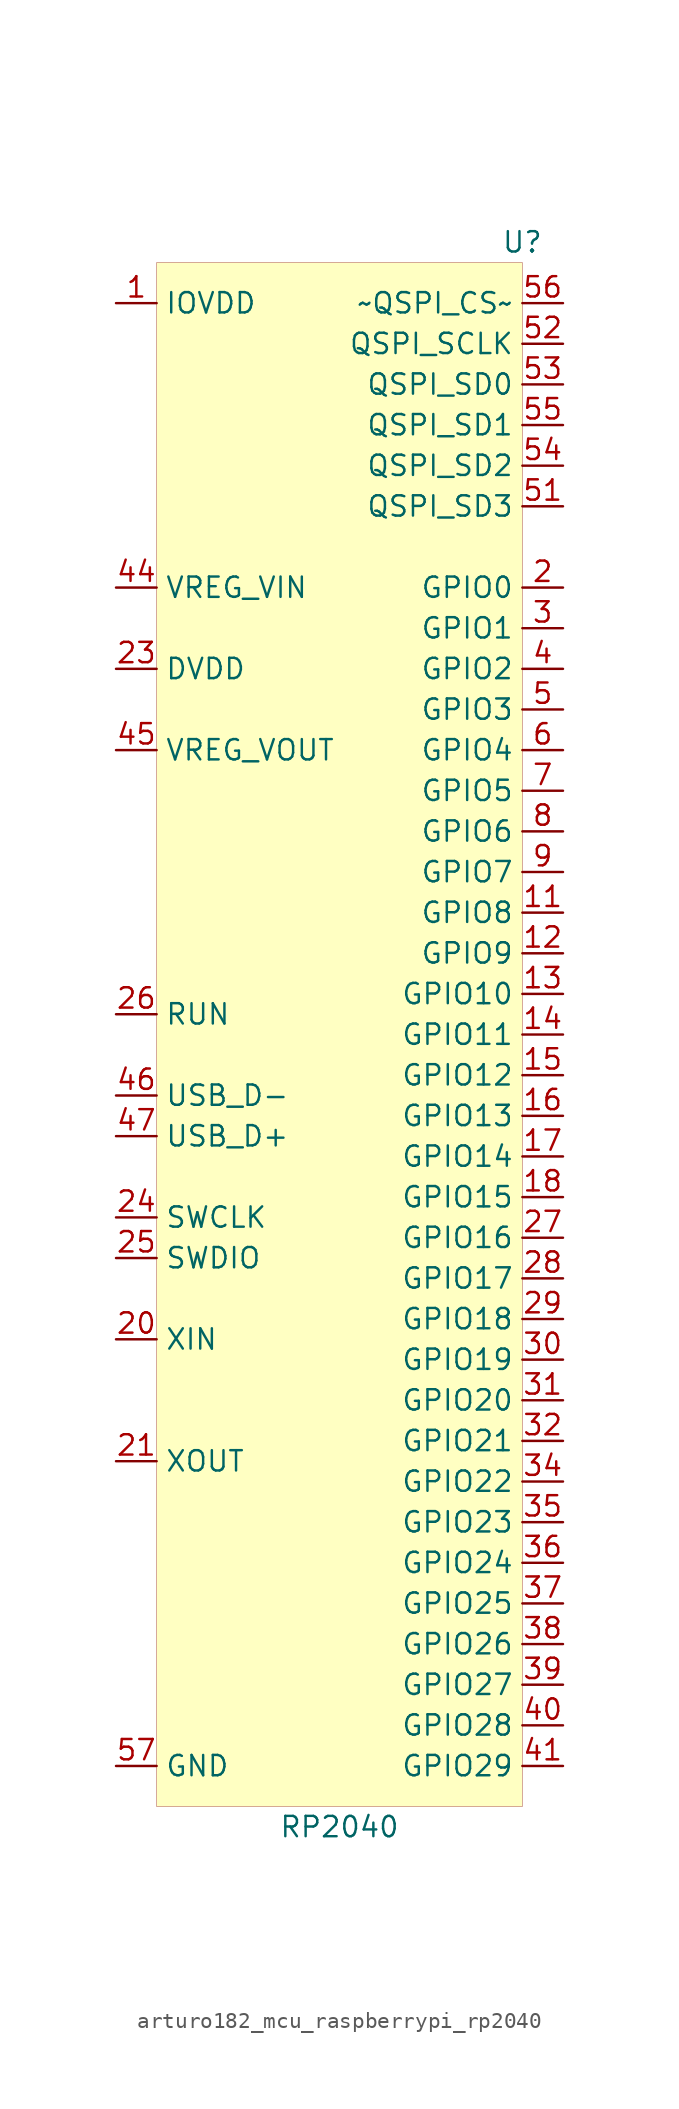
<source format=kicad_sym>
(kicad_symbol_lib
  (version 20220914)
  (generator kicad_symbol_editor)
  (symbol "MCU_RaspberryPi:arturo182_mcu_raspberrypi_rp2040"
    (property "Reference" "U"
      (at 11.43 1.27 0)
      (effects (font (size 1.27 1.27))))
    (property "Value" "RP2040"
      (at 0 -97.79 0)
      (effects (font (size 1.27 1.27))))
    (symbol "arturo182_mcu_raspberrypi_rp2040_0_0"
      (pin power_in line (at -13.97 -2.54 0) (length 2.54) (name "IOVDD" (effects (font (size 1.27 1.27)))) (number "1" (effects (font (size 1.27 1.27)))))
      (pin bidirectional line (at 13.97 -20.32 180) (length 2.54) (name "GPIO0" (effects (font (size 1.27 1.27)))) (number "2" (effects (font (size 1.27 1.27)))))
      (pin bidirectional line (at 13.97 -22.86 180) (length 2.54) (name "GPIO1" (effects (font (size 1.27 1.27)))) (number "3" (effects (font (size 1.27 1.27)))))
      (pin bidirectional line (at 13.97 -25.4 180) (length 2.54) (name "GPIO2" (effects (font (size 1.27 1.27)))) (number "4" (effects (font (size 1.27 1.27)))))
      (pin bidirectional line (at 13.97 -27.94 180) (length 2.54) (name "GPIO3" (effects (font (size 1.27 1.27)))) (number "5" (effects (font (size 1.27 1.27)))))
      (pin bidirectional line (at 13.97 -30.48 180) (length 2.54) (name "GPIO4" (effects (font (size 1.27 1.27)))) (number "6" (effects (font (size 1.27 1.27)))))
      (pin bidirectional line (at 13.97 -33.02 180) (length 2.54) (name "GPIO5" (effects (font (size 1.27 1.27)))) (number "7" (effects (font (size 1.27 1.27)))))
      (pin bidirectional line (at 13.97 -35.56 180) (length 2.54) (name "GPIO6" (effects (font (size 1.27 1.27)))) (number "8" (effects (font (size 1.27 1.27)))))
      (pin bidirectional line (at 13.97 -38.1 180) (length 2.54) (name "GPIO7" (effects (font (size 1.27 1.27)))) (number "9" (effects (font (size 1.27 1.27)))))
      (pin passive line (at -13.97 -2.54 0) (length 2.54) hide (name "IOVDD" (effects (font (size 1.27 1.27)))) (number "10" (effects (font (size 1.27 1.27)))))
      (pin bidirectional line (at 13.97 -40.64 180) (length 2.54) (name "GPIO8" (effects (font (size 1.27 1.27)))) (number "11" (effects (font (size 1.27 1.27))))))
    (symbol "arturo182_mcu_raspberrypi_rp2040_0_1"
      (rectangle (start -11.43 0) (end 11.43 -96.52) (stroke (width 0.001)) (fill (type background))))
    (symbol "arturo182_mcu_raspberrypi_rp2040_1_1"
      (pin bidirectional line (at 13.97 -43.18 180) (length 2.54) (name "GPIO9" (effects (font (size 1.27 1.27)))) (number "12" (effects (font (size 1.27 1.27)))))
      (pin bidirectional line (at 13.97 -45.72 180) (length 2.54) (name "GPIO10" (effects (font (size 1.27 1.27)))) (number "13" (effects (font (size 1.27 1.27)))))
      (pin bidirectional line (at 13.97 -48.26 180) (length 2.54) (name "GPIO11" (effects (font (size 1.27 1.27)))) (number "14" (effects (font (size 1.27 1.27)))))
      (pin bidirectional line (at 13.97 -50.8 180) (length 2.54) (name "GPIO12" (effects (font (size 1.27 1.27)))) (number "15" (effects (font (size 1.27 1.27)))))
      (pin bidirectional line (at 13.97 -53.34 180) (length 2.54) (name "GPIO13" (effects (font (size 1.27 1.27)))) (number "16" (effects (font (size 1.27 1.27)))))
      (pin bidirectional line (at 13.97 -55.88 180) (length 2.54) (name "GPIO14" (effects (font (size 1.27 1.27)))) (number "17" (effects (font (size 1.27 1.27)))))
      (pin bidirectional line (at 13.97 -58.42 180) (length 2.54) (name "GPIO15" (effects (font (size 1.27 1.27)))) (number "18" (effects (font (size 1.27 1.27)))))
      (pin passive line (at -13.97 -93.98 0) (length 2.54) hide (name "TESTEN" (effects (font (size 1.27 1.27)))) (number "19" (effects (font (size 1.27 1.27)))))
      (pin input line (at -13.97 -67.31 0) (length 2.54) (name "XIN" (effects (font (size 1.27 1.27)))) (number "20" (effects (font (size 1.27 1.27)))))
      (pin output line (at -13.97 -74.93 0) (length 2.54) (name "XOUT" (effects (font (size 1.27 1.27)))) (number "21" (effects (font (size 1.27 1.27)))))
      (pin passive line (at -13.97 -2.54 0) (length 2.54) hide (name "IOVDD" (effects (font (size 1.27 1.27)))) (number "22" (effects (font (size 1.27 1.27)))))
      (pin power_in line (at -13.97 -25.4 0) (length 2.54) (name "DVDD" (effects (font (size 1.27 1.27)))) (number "23" (effects (font (size 1.27 1.27)))))
      (pin input line (at -13.97 -59.69 0) (length 2.54) (name "SWCLK" (effects (font (size 1.27 1.27)))) (number "24" (effects (font (size 1.27 1.27)))))
      (pin bidirectional line (at -13.97 -62.23 0) (length 2.54) (name "SWDIO" (effects (font (size 1.27 1.27)))) (number "25" (effects (font (size 1.27 1.27)))))
      (pin input line (at -13.97 -46.99 0) (length 2.54) (name "RUN" (effects (font (size 1.27 1.27)))) (number "26" (effects (font (size 1.27 1.27)))))
      (pin bidirectional line (at 13.97 -60.96 180) (length 2.54) (name "GPIO16" (effects (font (size 1.27 1.27)))) (number "27" (effects (font (size 1.27 1.27)))))
      (pin bidirectional line (at 13.97 -63.5 180) (length 2.54) (name "GPIO17" (effects (font (size 1.27 1.27)))) (number "28" (effects (font (size 1.27 1.27)))))
      (pin bidirectional line (at 13.97 -66.04 180) (length 2.54) (name "GPIO18" (effects (font (size 1.27 1.27)))) (number "29" (effects (font (size 1.27 1.27)))))
      (pin bidirectional line (at 13.97 -68.58 180) (length 2.54) (name "GPIO19" (effects (font (size 1.27 1.27)))) (number "30" (effects (font (size 1.27 1.27)))))
      (pin bidirectional line (at 13.97 -71.12 180) (length 2.54) (name "GPIO20" (effects (font (size 1.27 1.27)))) (number "31" (effects (font (size 1.27 1.27)))))
      (pin bidirectional line (at 13.97 -73.66 180) (length 2.54) (name "GPIO21" (effects (font (size 1.27 1.27)))) (number "32" (effects (font (size 1.27 1.27)))))
      (pin passive line (at -13.97 -2.54 0) (length 2.54) hide (name "IOVDD" (effects (font (size 1.27 1.27)))) (number "33" (effects (font (size 1.27 1.27)))))
      (pin bidirectional line (at 13.97 -76.2 180) (length 2.54) (name "GPIO22" (effects (font (size 1.27 1.27)))) (number "34" (effects (font (size 1.27 1.27)))))
      (pin bidirectional line (at 13.97 -78.74 180) (length 2.54) (name "GPIO23" (effects (font (size 1.27 1.27)))) (number "35" (effects (font (size 1.27 1.27)))))
      (pin bidirectional line (at 13.97 -81.28 180) (length 2.54) (name "GPIO24" (effects (font (size 1.27 1.27)))) (number "36" (effects (font (size 1.27 1.27)))))
      (pin bidirectional line (at 13.97 -83.82 180) (length 2.54) (name "GPIO25" (effects (font (size 1.27 1.27)))) (number "37" (effects (font (size 1.27 1.27)))))
      (pin bidirectional line (at 13.97 -86.36 180) (length 2.54) (name "GPIO26" (effects (font (size 1.27 1.27)))) (number "38" (effects (font (size 1.27 1.27)))))
      (pin bidirectional line (at 13.97 -88.9 180) (length 2.54) (name "GPIO27" (effects (font (size 1.27 1.27)))) (number "39" (effects (font (size 1.27 1.27)))))
      (pin bidirectional line (at 13.97 -91.44 180) (length 2.54) (name "GPIO28" (effects (font (size 1.27 1.27)))) (number "40" (effects (font (size 1.27 1.27)))))
      (pin bidirectional line (at 13.97 -93.98 180) (length 2.54) (name "GPIO29" (effects (font (size 1.27 1.27)))) (number "41" (effects (font (size 1.27 1.27)))))
      (pin passive line (at -13.97 -2.54 0) (length 2.54) hide (name "IOVDD" (effects (font (size 1.27 1.27)))) (number "42" (effects (font (size 1.27 1.27)))))
      (pin passive line (at -13.97 -2.54 0) (length 2.54) hide (name "ADC_AVDD" (effects (font (size 1.27 1.27)))) (number "43" (effects (font (size 1.27 1.27)))))
      (pin power_in line (at -13.97 -20.32 0) (length 2.54) (name "VREG_VIN" (effects (font (size 1.27 1.27)))) (number "44" (effects (font (size 1.27 1.27)))))
      (pin power_out line (at -13.97 -30.48 0) (length 2.54) (name "VREG_VOUT" (effects (font (size 1.27 1.27)))) (number "45" (effects (font (size 1.27 1.27)))))
      (pin bidirectional line (at -13.97 -52.07 0) (length 2.54) (name "USB_D-" (effects (font (size 1.27 1.27)))) (number "46" (effects (font (size 1.27 1.27)))))
      (pin bidirectional line (at -13.97 -54.61 0) (length 2.54) (name "USB_D+" (effects (font (size 1.27 1.27)))) (number "47" (effects (font (size 1.27 1.27)))))
      (pin passive line (at -13.97 -2.54 0) (length 2.54) hide (name "USB_VDD" (effects (font (size 1.27 1.27)))) (number "48" (effects (font (size 1.27 1.27)))))
      (pin passive line (at -13.97 -2.54 0) (length 2.54) hide (name "IOVDD" (effects (font (size 1.27 1.27)))) (number "49" (effects (font (size 1.27 1.27)))))
      (pin passive line (at -13.97 -25.4 0) (length 2.54) hide (name "DVDD" (effects (font (size 1.27 1.27)))) (number "50" (effects (font (size 1.27 1.27)))))
      (pin bidirectional line (at 13.97 -15.24 180) (length 2.54) (name "QSPI_SD3" (effects (font (size 1.27 1.27)))) (number "51" (effects (font (size 1.27 1.27)))))
      (pin output line (at 13.97 -5.08 180) (length 2.54) (name "QSPI_SCLK" (effects (font (size 1.27 1.27)))) (number "52" (effects (font (size 1.27 1.27)))))
      (pin bidirectional line (at 13.97 -7.62 180) (length 2.54) (name "QSPI_SD0" (effects (font (size 1.27 1.27)))) (number "53" (effects (font (size 1.27 1.27)))))
      (pin bidirectional line (at 13.97 -12.7 180) (length 2.54) (name "QSPI_SD2" (effects (font (size 1.27 1.27)))) (number "54" (effects (font (size 1.27 1.27)))))
      (pin bidirectional line (at 13.97 -10.16 180) (length 2.54) (name "QSPI_SD1" (effects (font (size 1.27 1.27)))) (number "55" (effects (font (size 1.27 1.27)))))
      (pin input line (at 13.97 -2.54 180) (length 2.54) (name "~QSPI_CS~" (effects (font (size 1.27 1.27)))) (number "56" (effects (font (size 1.27 1.27)))))
      (pin power_in line (at -13.97 -93.98 0) (length 2.54) (name "GND" (effects (font (size 1.27 1.27)))) (number "57" (effects (font (size 1.27 1.27))))))))
</source>
